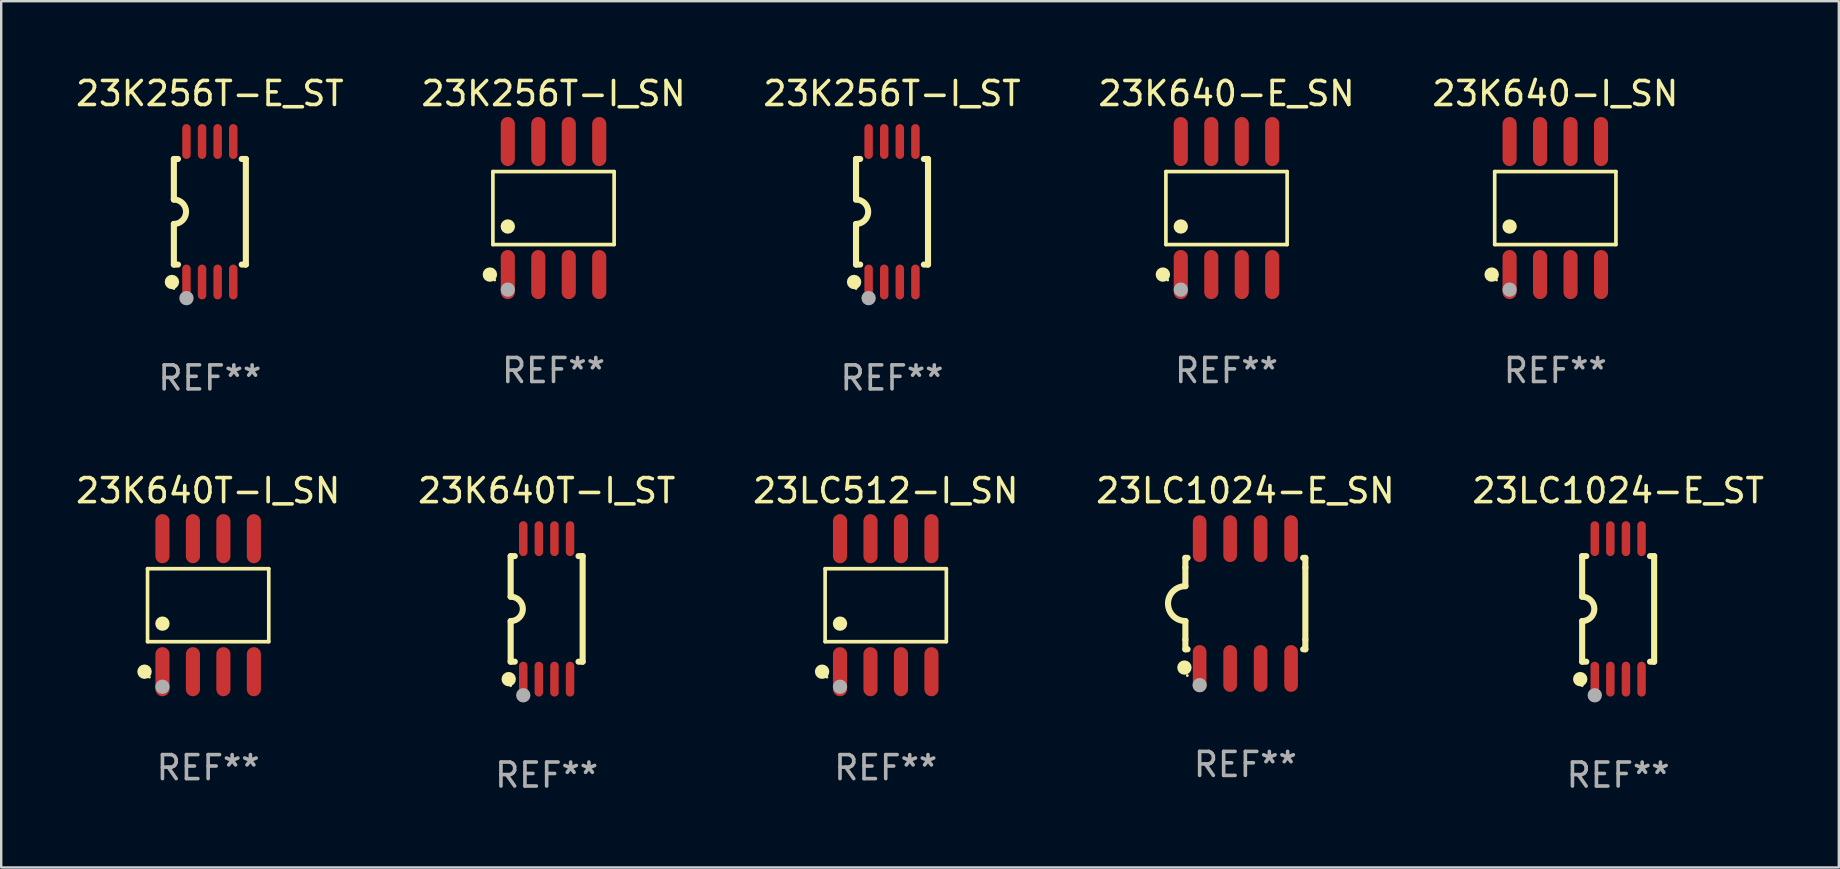
<source format=kicad_pcb>
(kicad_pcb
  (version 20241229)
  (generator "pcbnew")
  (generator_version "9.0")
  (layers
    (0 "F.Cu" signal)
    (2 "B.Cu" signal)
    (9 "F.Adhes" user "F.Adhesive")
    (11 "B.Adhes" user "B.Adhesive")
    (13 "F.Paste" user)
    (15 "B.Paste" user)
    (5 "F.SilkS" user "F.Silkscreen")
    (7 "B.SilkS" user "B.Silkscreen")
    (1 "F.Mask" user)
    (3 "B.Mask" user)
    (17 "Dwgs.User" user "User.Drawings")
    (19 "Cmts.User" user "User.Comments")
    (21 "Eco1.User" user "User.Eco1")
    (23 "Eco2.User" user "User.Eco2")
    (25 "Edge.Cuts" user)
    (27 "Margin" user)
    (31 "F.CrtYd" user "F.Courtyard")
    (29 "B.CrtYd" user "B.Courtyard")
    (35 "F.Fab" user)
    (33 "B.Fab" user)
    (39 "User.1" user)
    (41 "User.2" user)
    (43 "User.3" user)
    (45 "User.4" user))
  (footprint "23K256T-I_SN"
    (layer "F.Cu")
    (at 20.018 5.621)
    (property "Reference" "23K256T-I_SN" (at 0 -4.772 0) (layer "F.SilkS") (effects (font (size 1 1) (thickness 0.15))))
    (attr through_hole)
    (fp_line (start -2.526 -1.521) (end 2.526 -1.521) (stroke (width 0.152) (type solid)) (layer "F.SilkS"))
    (fp_line (start -2.526 1.521) (end -2.526 -1.521) (stroke (width 0.152) (type solid)) (layer "F.SilkS"))
    (fp_line (start 2.526 -1.521) (end 2.526 1.521) (stroke (width 0.152) (type solid)) (layer "F.SilkS"))
    (fp_line (start 2.526 1.521) (end -2.526 1.521) (stroke (width 0.152) (type solid)) (layer "F.SilkS"))
    (fp_circle (center -2.652 2.772) (end -2.501 2.772) (stroke (width 0.3) (type solid)) (fill no) (layer "F.SilkS"))
    (fp_circle (center -2.45 3) (end -2.42 3) (stroke (width 0.06) (type solid)) (fill no) (layer "F.SilkS"))
    (fp_circle (center -1.905 0.769) (end -1.755 0.769) (stroke (width 0.3) (type solid)) (fill no) (layer "F.SilkS"))
    (fp_circle (center -1.905 3.4) (end -1.755 3.4) (stroke (width 0.3) (type solid)) (fill no) (layer "F.Fab"))
    (fp_text user "REF**" (at 0 6.772 0) (layer "F.Fab") (effects (font (size 1 1) (thickness 0.15))))
    (pad "1" smd oval (at -1.905 2.772) (size 0.588 2.045) (layers "F.Cu" "F.Mask" "F.Paste"))
    (pad "2" smd oval (at -0.635 2.772) (size 0.588 2.045) (layers "F.Cu" "F.Mask" "F.Paste"))
    (pad "3" smd oval (at 0.635 2.772) (size 0.588 2.045) (layers "F.Cu" "F.Mask" "F.Paste"))
    (pad "4" smd oval (at 1.905 2.772) (size 0.588 2.045) (layers "F.Cu" "F.Mask" "F.Paste"))
    (pad "5" smd oval (at 1.905 -2.772) (size 0.588 2.045) (layers "F.Cu" "F.Mask" "F.Paste"))
    (pad "6" smd oval (at 0.635 -2.772) (size 0.588 2.045) (layers "F.Cu" "F.Mask" "F.Paste"))
    (pad "7" smd oval (at -0.635 -2.772) (size 0.588 2.045) (layers "F.Cu" "F.Mask" "F.Paste"))
    (pad "8" smd oval (at -1.905 -2.772) (size 0.588 2.045) (layers "F.Cu" "F.Mask" "F.Paste")))
  (footprint "23K256T-E_ST"
    (layer "F.Cu")
    (at 5.696 5.775)
    (property "Reference" "23K256T-E_ST" (at 0 -4.927 0) (layer "F.SilkS") (effects (font (size 1 1) (thickness 0.15))))
    (attr through_hole)
    (fp_line (start -1.5 -2.2) (end -1.5 -0.508) (stroke (width 0.254) (type solid)) (layer "F.SilkS"))
    (fp_line (start -1.5 -2.2) (end -1.328 -2.2) (stroke (width 0.254) (type solid)) (layer "F.SilkS"))
    (fp_line (start -1.5 2.2) (end -1.5 0.508) (stroke (width 0.254) (type solid)) (layer "F.SilkS"))
    (fp_line (start -1.5 2.2) (end -1.328 2.2) (stroke (width 0.254) (type solid)) (layer "F.SilkS"))
    (fp_line (start 1.328 -2.2) (end 1.5 -2.2) (stroke (width 0.254) (type solid)) (layer "F.SilkS"))
    (fp_line (start 1.328 2.2) (end 1.5 2.2) (stroke (width 0.254) (type solid)) (layer "F.SilkS"))
    (fp_line (start 1.5 -2.2) (end 1.5 2.2) (stroke (width 0.254) (type solid)) (layer "F.SilkS"))
    (fp_arc (start -1.501144 -0.508) (mid -0.993143 -0.000571) (end -1.5 0.508001) (stroke (width 0.254001) (type solid)) (layer "F.SilkS"))
    (fp_circle (center -1.581 2.927) (end -1.431 2.927) (stroke (width 0.3) (type solid)) (fill no) (layer "F.SilkS"))
    (fp_circle (center -1.5 3.2) (end -1.47 3.2) (stroke (width 0.06) (type solid)) (fill no) (layer "F.SilkS"))
    (fp_circle (center -0.975 3.6) (end -0.825 3.6) (stroke (width 0.3) (type solid)) (fill no) (layer "F.Fab"))
    (fp_text user "REF**" (at 0 6.927 0) (layer "F.Fab") (effects (font (size 1 1) (thickness 0.15))))
    (pad "1" smd oval (at -0.975 2.927) (size 0.353 1.454) (layers "F.Cu" "F.Mask" "F.Paste"))
    (pad "2" smd oval (at -0.325 2.927) (size 0.353 1.454) (layers "F.Cu" "F.Mask" "F.Paste"))
    (pad "3" smd oval (at 0.325 2.927) (size 0.353 1.454) (layers "F.Cu" "F.Mask" "F.Paste"))
    (pad "4" smd oval (at 0.975 2.927) (size 0.353 1.454) (layers "F.Cu" "F.Mask" "F.Paste"))
    (pad "5" smd oval (at 0.975 -2.927) (size 0.353 1.454) (layers "F.Cu" "F.Mask" "F.Paste"))
    (pad "6" smd oval (at 0.325 -2.927) (size 0.353 1.454) (layers "F.Cu" "F.Mask" "F.Paste"))
    (pad "7" smd oval (at -0.325 -2.927) (size 0.353 1.454) (layers "F.Cu" "F.Mask" "F.Paste"))
    (pad "8" smd oval (at -0.975 -2.927) (size 0.353 1.454) (layers "F.Cu" "F.Mask" "F.Paste")))
  (footprint "23K640T-I_SN"
    (layer "F.Cu")
    (at 5.625 22.171)
    (property "Reference" "23K640T-I_SN" (at 0 -4.772 0) (layer "F.SilkS") (effects (font (size 1 1) (thickness 0.15))))
    (attr through_hole)
    (fp_line (start -2.526 -1.521) (end 2.526 -1.521) (stroke (width 0.152) (type solid)) (layer "F.SilkS"))
    (fp_line (start -2.526 1.521) (end -2.526 -1.521) (stroke (width 0.152) (type solid)) (layer "F.SilkS"))
    (fp_line (start 2.526 -1.521) (end 2.526 1.521) (stroke (width 0.152) (type solid)) (layer "F.SilkS"))
    (fp_line (start 2.526 1.521) (end -2.526 1.521) (stroke (width 0.152) (type solid)) (layer "F.SilkS"))
    (fp_circle (center -2.652 2.772) (end -2.501 2.772) (stroke (width 0.3) (type solid)) (fill no) (layer "F.SilkS"))
    (fp_circle (center -2.45 3) (end -2.42 3) (stroke (width 0.06) (type solid)) (fill no) (layer "F.SilkS"))
    (fp_circle (center -1.905 0.769) (end -1.755 0.769) (stroke (width 0.3) (type solid)) (fill no) (layer "F.SilkS"))
    (fp_circle (center -1.905 3.4) (end -1.755 3.4) (stroke (width 0.3) (type solid)) (fill no) (layer "F.Fab"))
    (fp_text user "REF**" (at 0 6.772 0) (layer "F.Fab") (effects (font (size 1 1) (thickness 0.15))))
    (pad "1" smd oval (at -1.905 2.772) (size 0.588 2.045) (layers "F.Cu" "F.Mask" "F.Paste"))
    (pad "2" smd oval (at -0.635 2.772) (size 0.588 2.045) (layers "F.Cu" "F.Mask" "F.Paste"))
    (pad "3" smd oval (at 0.635 2.772) (size 0.588 2.045) (layers "F.Cu" "F.Mask" "F.Paste"))
    (pad "4" smd oval (at 1.905 2.772) (size 0.588 2.045) (layers "F.Cu" "F.Mask" "F.Paste"))
    (pad "5" smd oval (at 1.905 -2.772) (size 0.588 2.045) (layers "F.Cu" "F.Mask" "F.Paste"))
    (pad "6" smd oval (at 0.635 -2.772) (size 0.588 2.045) (layers "F.Cu" "F.Mask" "F.Paste"))
    (pad "7" smd oval (at -0.635 -2.772) (size 0.588 2.045) (layers "F.Cu" "F.Mask" "F.Paste"))
    (pad "8" smd oval (at -1.905 -2.772) (size 0.588 2.045) (layers "F.Cu" "F.Mask" "F.Paste")))
  (footprint "23K640T-I_ST"
    (layer "F.Cu")
    (at 19.732 22.326)
    (property "Reference" "23K640T-I_ST" (at 0 -4.927 0) (layer "F.SilkS") (effects (font (size 1 1) (thickness 0.15))))
    (attr through_hole)
    (fp_line (start -1.5 -2.2) (end -1.5 -0.508) (stroke (width 0.254) (type solid)) (layer "F.SilkS"))
    (fp_line (start -1.5 -2.2) (end -1.328 -2.2) (stroke (width 0.254) (type solid)) (layer "F.SilkS"))
    (fp_line (start -1.5 2.2) (end -1.5 0.508) (stroke (width 0.254) (type solid)) (layer "F.SilkS"))
    (fp_line (start -1.5 2.2) (end -1.328 2.2) (stroke (width 0.254) (type solid)) (layer "F.SilkS"))
    (fp_line (start 1.328 -2.2) (end 1.5 -2.2) (stroke (width 0.254) (type solid)) (layer "F.SilkS"))
    (fp_line (start 1.328 2.2) (end 1.5 2.2) (stroke (width 0.254) (type solid)) (layer "F.SilkS"))
    (fp_line (start 1.5 -2.2) (end 1.5 2.2) (stroke (width 0.254) (type solid)) (layer "F.SilkS"))
    (fp_arc (start -1.501144 -0.508) (mid -0.993143 -0.000571) (end -1.5 0.508001) (stroke (width 0.254001) (type solid)) (layer "F.SilkS"))
    (fp_circle (center -1.581 2.927) (end -1.431 2.927) (stroke (width 0.3) (type solid)) (fill no) (layer "F.SilkS"))
    (fp_circle (center -1.5 3.2) (end -1.47 3.2) (stroke (width 0.06) (type solid)) (fill no) (layer "F.SilkS"))
    (fp_circle (center -0.975 3.6) (end -0.825 3.6) (stroke (width 0.3) (type solid)) (fill no) (layer "F.Fab"))
    (fp_text user "REF**" (at 0 6.927 0) (layer "F.Fab") (effects (font (size 1 1) (thickness 0.15))))
    (pad "1" smd oval (at -0.975 2.927) (size 0.353 1.454) (layers "F.Cu" "F.Mask" "F.Paste"))
    (pad "2" smd oval (at -0.325 2.927) (size 0.353 1.454) (layers "F.Cu" "F.Mask" "F.Paste"))
    (pad "3" smd oval (at 0.325 2.927) (size 0.353 1.454) (layers "F.Cu" "F.Mask" "F.Paste"))
    (pad "4" smd oval (at 0.975 2.927) (size 0.353 1.454) (layers "F.Cu" "F.Mask" "F.Paste"))
    (pad "5" smd oval (at 0.975 -2.927) (size 0.353 1.454) (layers "F.Cu" "F.Mask" "F.Paste"))
    (pad "6" smd oval (at 0.325 -2.927) (size 0.353 1.454) (layers "F.Cu" "F.Mask" "F.Paste"))
    (pad "7" smd oval (at -0.325 -2.927) (size 0.353 1.454) (layers "F.Cu" "F.Mask" "F.Paste"))
    (pad "8" smd oval (at -0.975 -2.927) (size 0.353 1.454) (layers "F.Cu" "F.Mask" "F.Paste")))
  (footprint "23K640-E_SN"
    (layer "F.Cu")
    (at 48.065 5.621)
    (property "Reference" "23K640-E_SN" (at 0 -4.772 0) (layer "F.SilkS") (effects (font (size 1 1) (thickness 0.15))))
    (attr through_hole)
    (fp_line (start -2.526 -1.521) (end 2.526 -1.521) (stroke (width 0.152) (type solid)) (layer "F.SilkS"))
    (fp_line (start -2.526 1.521) (end -2.526 -1.521) (stroke (width 0.152) (type solid)) (layer "F.SilkS"))
    (fp_line (start 2.526 -1.521) (end 2.526 1.521) (stroke (width 0.152) (type solid)) (layer "F.SilkS"))
    (fp_line (start 2.526 1.521) (end -2.526 1.521) (stroke (width 0.152) (type solid)) (layer "F.SilkS"))
    (fp_circle (center -2.652 2.772) (end -2.501 2.772) (stroke (width 0.3) (type solid)) (fill no) (layer "F.SilkS"))
    (fp_circle (center -2.45 3) (end -2.42 3) (stroke (width 0.06) (type solid)) (fill no) (layer "F.SilkS"))
    (fp_circle (center -1.905 0.769) (end -1.755 0.769) (stroke (width 0.3) (type solid)) (fill no) (layer "F.SilkS"))
    (fp_circle (center -1.905 3.4) (end -1.755 3.4) (stroke (width 0.3) (type solid)) (fill no) (layer "F.Fab"))
    (fp_text user "REF**" (at 0 6.772 0) (layer "F.Fab") (effects (font (size 1 1) (thickness 0.15))))
    (pad "1" smd oval (at -1.905 2.772) (size 0.588 2.045) (layers "F.Cu" "F.Mask" "F.Paste"))
    (pad "2" smd oval (at -0.635 2.772) (size 0.588 2.045) (layers "F.Cu" "F.Mask" "F.Paste"))
    (pad "3" smd oval (at 0.635 2.772) (size 0.588 2.045) (layers "F.Cu" "F.Mask" "F.Paste"))
    (pad "4" smd oval (at 1.905 2.772) (size 0.588 2.045) (layers "F.Cu" "F.Mask" "F.Paste"))
    (pad "5" smd oval (at 1.905 -2.772) (size 0.588 2.045) (layers "F.Cu" "F.Mask" "F.Paste"))
    (pad "6" smd oval (at 0.635 -2.772) (size 0.588 2.045) (layers "F.Cu" "F.Mask" "F.Paste"))
    (pad "7" smd oval (at -0.635 -2.772) (size 0.588 2.045) (layers "F.Cu" "F.Mask" "F.Paste"))
    (pad "8" smd oval (at -1.905 -2.772) (size 0.588 2.045) (layers "F.Cu" "F.Mask" "F.Paste")))
  (footprint "23LC1024-E_ST"
    (layer "F.Cu")
    (at 64.387 22.326)
    (property "Reference" "23LC1024-E_ST" (at 0 -4.927 0) (layer "F.SilkS") (effects (font (size 1 1) (thickness 0.15))))
    (attr through_hole)
    (fp_line (start -1.5 -2.2) (end -1.5 -0.508) (stroke (width 0.254) (type solid)) (layer "F.SilkS"))
    (fp_line (start -1.5 -2.2) (end -1.328 -2.2) (stroke (width 0.254) (type solid)) (layer "F.SilkS"))
    (fp_line (start -1.5 2.2) (end -1.5 0.508) (stroke (width 0.254) (type solid)) (layer "F.SilkS"))
    (fp_line (start -1.5 2.2) (end -1.328 2.2) (stroke (width 0.254) (type solid)) (layer "F.SilkS"))
    (fp_line (start 1.328 -2.2) (end 1.5 -2.2) (stroke (width 0.254) (type solid)) (layer "F.SilkS"))
    (fp_line (start 1.328 2.2) (end 1.5 2.2) (stroke (width 0.254) (type solid)) (layer "F.SilkS"))
    (fp_line (start 1.5 -2.2) (end 1.5 2.2) (stroke (width 0.254) (type solid)) (layer "F.SilkS"))
    (fp_arc (start -1.501144 -0.508) (mid -0.993143 -0.000571) (end -1.5 0.508001) (stroke (width 0.254001) (type solid)) (layer "F.SilkS"))
    (fp_circle (center -1.581 2.927) (end -1.431 2.927) (stroke (width 0.3) (type solid)) (fill no) (layer "F.SilkS"))
    (fp_circle (center -1.5 3.2) (end -1.47 3.2) (stroke (width 0.06) (type solid)) (fill no) (layer "F.SilkS"))
    (fp_circle (center -0.975 3.6) (end -0.825 3.6) (stroke (width 0.3) (type solid)) (fill no) (layer "F.Fab"))
    (fp_text user "REF**" (at 0 6.927 0) (layer "F.Fab") (effects (font (size 1 1) (thickness 0.15))))
    (pad "1" smd oval (at -0.975 2.927) (size 0.353 1.454) (layers "F.Cu" "F.Mask" "F.Paste"))
    (pad "2" smd oval (at -0.325 2.927) (size 0.353 1.454) (layers "F.Cu" "F.Mask" "F.Paste"))
    (pad "3" smd oval (at 0.325 2.927) (size 0.353 1.454) (layers "F.Cu" "F.Mask" "F.Paste"))
    (pad "4" smd oval (at 0.975 2.927) (size 0.353 1.454) (layers "F.Cu" "F.Mask" "F.Paste"))
    (pad "5" smd oval (at 0.975 -2.927) (size 0.353 1.454) (layers "F.Cu" "F.Mask" "F.Paste"))
    (pad "6" smd oval (at 0.325 -2.927) (size 0.353 1.454) (layers "F.Cu" "F.Mask" "F.Paste"))
    (pad "7" smd oval (at -0.325 -2.927) (size 0.353 1.454) (layers "F.Cu" "F.Mask" "F.Paste"))
    (pad "8" smd oval (at -0.975 -2.927) (size 0.353 1.454) (layers "F.Cu" "F.Mask" "F.Paste")))
  (footprint "23LC512-I_SN"
    (layer "F.Cu")
    (at 33.863 22.171)
    (property "Reference" "23LC512-I_SN" (at 0 -4.772 0) (layer "F.SilkS") (effects (font (size 1 1) (thickness 0.15))))
    (attr through_hole)
    (fp_line (start -2.526 -1.521) (end 2.526 -1.521) (stroke (width 0.152) (type solid)) (layer "F.SilkS"))
    (fp_line (start -2.526 1.521) (end -2.526 -1.521) (stroke (width 0.152) (type solid)) (layer "F.SilkS"))
    (fp_line (start 2.526 -1.521) (end 2.526 1.521) (stroke (width 0.152) (type solid)) (layer "F.SilkS"))
    (fp_line (start 2.526 1.521) (end -2.526 1.521) (stroke (width 0.152) (type solid)) (layer "F.SilkS"))
    (fp_circle (center -2.652 2.772) (end -2.501 2.772) (stroke (width 0.3) (type solid)) (fill no) (layer "F.SilkS"))
    (fp_circle (center -2.45 3) (end -2.42 3) (stroke (width 0.06) (type solid)) (fill no) (layer "F.SilkS"))
    (fp_circle (center -1.905 0.769) (end -1.755 0.769) (stroke (width 0.3) (type solid)) (fill no) (layer "F.SilkS"))
    (fp_circle (center -1.905 3.4) (end -1.755 3.4) (stroke (width 0.3) (type solid)) (fill no) (layer "F.Fab"))
    (fp_text user "REF**" (at 0 6.772 0) (layer "F.Fab") (effects (font (size 1 1) (thickness 0.15))))
    (pad "1" smd oval (at -1.905 2.772) (size 0.588 2.045) (layers "F.Cu" "F.Mask" "F.Paste"))
    (pad "2" smd oval (at -0.635 2.772) (size 0.588 2.045) (layers "F.Cu" "F.Mask" "F.Paste"))
    (pad "3" smd oval (at 0.635 2.772) (size 0.588 2.045) (layers "F.Cu" "F.Mask" "F.Paste"))
    (pad "4" smd oval (at 1.905 2.772) (size 0.588 2.045) (layers "F.Cu" "F.Mask" "F.Paste"))
    (pad "5" smd oval (at 1.905 -2.772) (size 0.588 2.045) (layers "F.Cu" "F.Mask" "F.Paste"))
    (pad "6" smd oval (at 0.635 -2.772) (size 0.588 2.045) (layers "F.Cu" "F.Mask" "F.Paste"))
    (pad "7" smd oval (at -0.635 -2.772) (size 0.588 2.045) (layers "F.Cu" "F.Mask" "F.Paste"))
    (pad "8" smd oval (at -1.905 -2.772) (size 0.588 2.045) (layers "F.Cu" "F.Mask" "F.Paste")))
  (footprint "23K256T-I_ST"
    (layer "F.Cu")
    (at 34.125 5.775)
    (property "Reference" "23K256T-I_ST" (at 0 -4.927 0) (layer "F.SilkS") (effects (font (size 1 1) (thickness 0.15))))
    (attr through_hole)
    (fp_line (start -1.5 -2.2) (end -1.5 -0.508) (stroke (width 0.254) (type solid)) (layer "F.SilkS"))
    (fp_line (start -1.5 -2.2) (end -1.328 -2.2) (stroke (width 0.254) (type solid)) (layer "F.SilkS"))
    (fp_line (start -1.5 2.2) (end -1.5 0.508) (stroke (width 0.254) (type solid)) (layer "F.SilkS"))
    (fp_line (start -1.5 2.2) (end -1.328 2.2) (stroke (width 0.254) (type solid)) (layer "F.SilkS"))
    (fp_line (start 1.328 -2.2) (end 1.5 -2.2) (stroke (width 0.254) (type solid)) (layer "F.SilkS"))
    (fp_line (start 1.328 2.2) (end 1.5 2.2) (stroke (width 0.254) (type solid)) (layer "F.SilkS"))
    (fp_line (start 1.5 -2.2) (end 1.5 2.2) (stroke (width 0.254) (type solid)) (layer "F.SilkS"))
    (fp_arc (start -1.501144 -0.508) (mid -0.993143 -0.000571) (end -1.5 0.508001) (stroke (width 0.254001) (type solid)) (layer "F.SilkS"))
    (fp_circle (center -1.581 2.927) (end -1.431 2.927) (stroke (width 0.3) (type solid)) (fill no) (layer "F.SilkS"))
    (fp_circle (center -1.5 3.2) (end -1.47 3.2) (stroke (width 0.06) (type solid)) (fill no) (layer "F.SilkS"))
    (fp_circle (center -0.975 3.6) (end -0.825 3.6) (stroke (width 0.3) (type solid)) (fill no) (layer "F.Fab"))
    (fp_text user "REF**" (at 0 6.927 0) (layer "F.Fab") (effects (font (size 1 1) (thickness 0.15))))
    (pad "1" smd oval (at -0.975 2.927) (size 0.353 1.454) (layers "F.Cu" "F.Mask" "F.Paste"))
    (pad "2" smd oval (at -0.325 2.927) (size 0.353 1.454) (layers "F.Cu" "F.Mask" "F.Paste"))
    (pad "3" smd oval (at 0.325 2.927) (size 0.353 1.454) (layers "F.Cu" "F.Mask" "F.Paste"))
    (pad "4" smd oval (at 0.975 2.927) (size 0.353 1.454) (layers "F.Cu" "F.Mask" "F.Paste"))
    (pad "5" smd oval (at 0.975 -2.927) (size 0.353 1.454) (layers "F.Cu" "F.Mask" "F.Paste"))
    (pad "6" smd oval (at 0.325 -2.927) (size 0.353 1.454) (layers "F.Cu" "F.Mask" "F.Paste"))
    (pad "7" smd oval (at -0.325 -2.927) (size 0.353 1.454) (layers "F.Cu" "F.Mask" "F.Paste"))
    (pad "8" smd oval (at -0.975 -2.927) (size 0.353 1.454) (layers "F.Cu" "F.Mask" "F.Paste")))
  (footprint "23LC1024-E_SN"
    (layer "F.Cu")
    (at 48.851 22.104)
    (property "Reference" "23LC1024-E_SN" (at 0 -4.705 0) (layer "F.SilkS") (effects (font (size 1 1) (thickness 0.15))))
    (attr through_hole)
    (fp_line (start -2.5 -1.905) (end -2.409 -1.905) (stroke (width 0.254) (type solid)) (layer "F.SilkS"))
    (fp_line (start -2.5 -1.5) (end -2.5 -1.905) (stroke (width 0.254) (type solid)) (layer "F.SilkS"))
    (fp_line (start -2.5 -1.5) (end -2.5 -0.726) (stroke (width 0.254) (type solid)) (layer "F.SilkS"))
    (fp_line (start -2.5 1.5) (end -2.5 0.727) (stroke (width 0.254) (type solid)) (layer "F.SilkS"))
    (fp_line (start -2.5 1.5) (end -2.5 1.905) (stroke (width 0.254) (type solid)) (layer "F.SilkS"))
    (fp_line (start -2.5 1.905) (end -2.409 1.905) (stroke (width 0.254) (type solid)) (layer "F.SilkS"))
    (fp_line (start 2.5 -1.905) (end 2.409 -1.905) (stroke (width 0.254) (type solid)) (layer "F.SilkS"))
    (fp_line (start 2.5 -1.5) (end 2.5 -1.905) (stroke (width 0.254) (type solid)) (layer "F.SilkS"))
    (fp_line (start 2.5 -1.5) (end 2.5 1.5) (stroke (width 0.254) (type solid)) (layer "F.SilkS"))
    (fp_line (start 2.5 1.5) (end 2.5 1.905) (stroke (width 0.254) (type solid)) (layer "F.SilkS"))
    (fp_line (start 2.5 1.905) (end 2.409 1.905) (stroke (width 0.254) (type solid)) (layer "F.SilkS"))
    (fp_arc (start -2.5 0.726568) (mid -3.220316 -0.0023) (end -2.495097 -0.726289) (stroke (width 0.254001) (type solid)) (layer "F.SilkS"))
    (fp_circle (center -2.54 2.667) (end -2.39 2.667) (stroke (width 0.3) (type solid)) (fill no) (layer "F.SilkS"))
    (fp_circle (center -2.42 3) (end -2.39 3) (stroke (width 0.06) (type solid)) (fill no) (layer "F.SilkS"))
    (fp_circle (center -1.905 3.4) (end -1.755 3.4) (stroke (width 0.3) (type solid)) (fill no) (layer "F.Fab"))
    (fp_text user "REF**" (at 0 6.705 0) (layer "F.Fab") (effects (font (size 1 1) (thickness 0.15))))
    (pad "1" smd oval (at -1.905 2.705) (size 0.568 1.95) (layers "F.Cu" "F.Mask" "F.Paste"))
    (pad "2" smd oval (at -0.635 2.705) (size 0.568 1.95) (layers "F.Cu" "F.Mask" "F.Paste"))
    (pad "3" smd oval (at 0.635 2.705) (size 0.568 1.95) (layers "F.Cu" "F.Mask" "F.Paste"))
    (pad "4" smd oval (at 1.905 2.705) (size 0.568 1.95) (layers "F.Cu" "F.Mask" "F.Paste"))
    (pad "5" smd oval (at 1.905 -2.705) (size 0.568 1.95) (layers "F.Cu" "F.Mask" "F.Paste"))
    (pad "6" smd oval (at 0.635 -2.705) (size 0.568 1.95) (layers "F.Cu" "F.Mask" "F.Paste"))
    (pad "7" smd oval (at -0.635 -2.705) (size 0.568 1.95) (layers "F.Cu" "F.Mask" "F.Paste"))
    (pad "8" smd oval (at -1.905 -2.705) (size 0.568 1.95) (layers "F.Cu" "F.Mask" "F.Paste")))
  (footprint "23K640-I_SN"
    (layer "F.Cu")
    (at 61.768 5.621)
    (property "Reference" "23K640-I_SN" (at 0 -4.772 0) (layer "F.SilkS") (effects (font (size 1 1) (thickness 0.15))))
    (attr through_hole)
    (fp_line (start -2.526 -1.521) (end 2.526 -1.521) (stroke (width 0.152) (type solid)) (layer "F.SilkS"))
    (fp_line (start -2.526 1.521) (end -2.526 -1.521) (stroke (width 0.152) (type solid)) (layer "F.SilkS"))
    (fp_line (start 2.526 -1.521) (end 2.526 1.521) (stroke (width 0.152) (type solid)) (layer "F.SilkS"))
    (fp_line (start 2.526 1.521) (end -2.526 1.521) (stroke (width 0.152) (type solid)) (layer "F.SilkS"))
    (fp_circle (center -2.652 2.772) (end -2.501 2.772) (stroke (width 0.3) (type solid)) (fill no) (layer "F.SilkS"))
    (fp_circle (center -2.45 3) (end -2.42 3) (stroke (width 0.06) (type solid)) (fill no) (layer "F.SilkS"))
    (fp_circle (center -1.905 0.769) (end -1.755 0.769) (stroke (width 0.3) (type solid)) (fill no) (layer "F.SilkS"))
    (fp_circle (center -1.905 3.4) (end -1.755 3.4) (stroke (width 0.3) (type solid)) (fill no) (layer "F.Fab"))
    (fp_text user "REF**" (at 0 6.772 0) (layer "F.Fab") (effects (font (size 1 1) (thickness 0.15))))
    (pad "1" smd oval (at -1.905 2.772) (size 0.588 2.045) (layers "F.Cu" "F.Mask" "F.Paste"))
    (pad "2" smd oval (at -0.635 2.772) (size 0.588 2.045) (layers "F.Cu" "F.Mask" "F.Paste"))
    (pad "3" smd oval (at 0.635 2.772) (size 0.588 2.045) (layers "F.Cu" "F.Mask" "F.Paste"))
    (pad "4" smd oval (at 1.905 2.772) (size 0.588 2.045) (layers "F.Cu" "F.Mask" "F.Paste"))
    (pad "5" smd oval (at 1.905 -2.772) (size 0.588 2.045) (layers "F.Cu" "F.Mask" "F.Paste"))
    (pad "6" smd oval (at 0.635 -2.772) (size 0.588 2.045) (layers "F.Cu" "F.Mask" "F.Paste"))
    (pad "7" smd oval (at -0.635 -2.772) (size 0.588 2.045) (layers "F.Cu" "F.Mask" "F.Paste"))
    (pad "8" smd oval (at -1.905 -2.772) (size 0.588 2.045) (layers "F.Cu" "F.Mask" "F.Paste")))
  (gr_rect
    (start -3 -3)
    (end 73.583 33.101)
    (stroke (width 0.1) (type default))
    (fill no)
    (layer "Edge.Cuts")))
</source>
